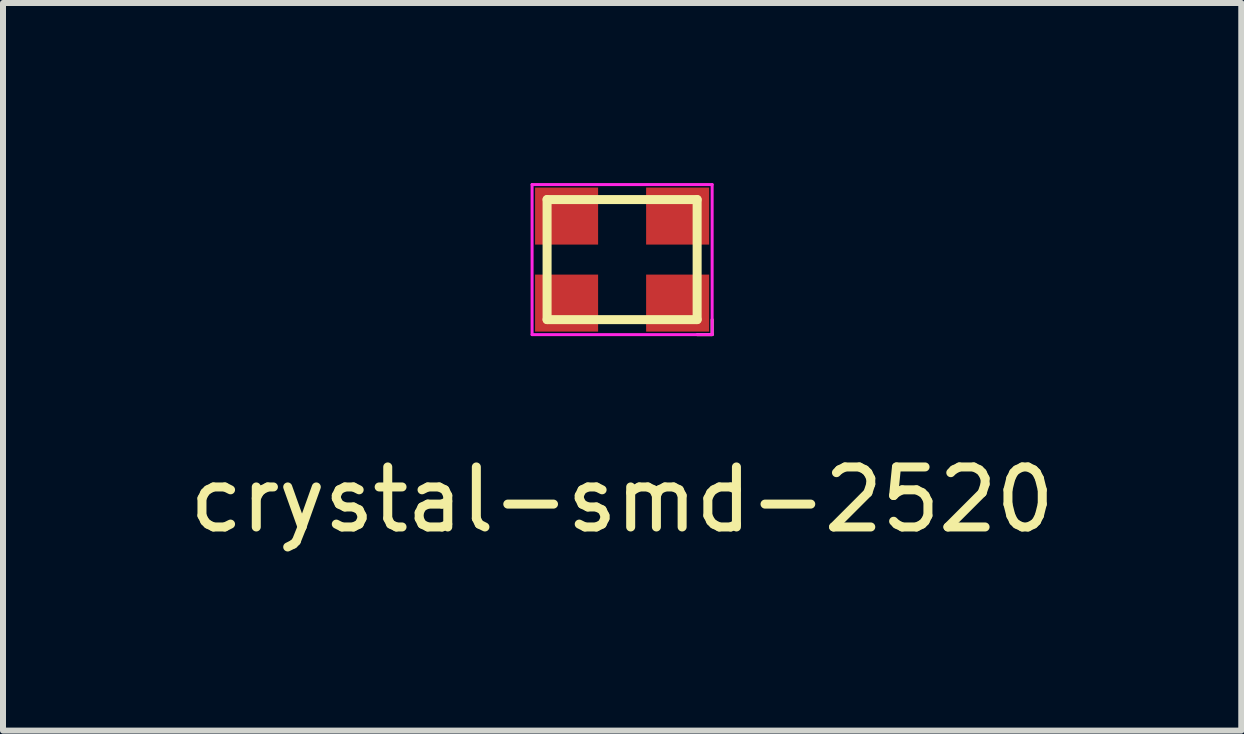
<source format=kicad_pcb>
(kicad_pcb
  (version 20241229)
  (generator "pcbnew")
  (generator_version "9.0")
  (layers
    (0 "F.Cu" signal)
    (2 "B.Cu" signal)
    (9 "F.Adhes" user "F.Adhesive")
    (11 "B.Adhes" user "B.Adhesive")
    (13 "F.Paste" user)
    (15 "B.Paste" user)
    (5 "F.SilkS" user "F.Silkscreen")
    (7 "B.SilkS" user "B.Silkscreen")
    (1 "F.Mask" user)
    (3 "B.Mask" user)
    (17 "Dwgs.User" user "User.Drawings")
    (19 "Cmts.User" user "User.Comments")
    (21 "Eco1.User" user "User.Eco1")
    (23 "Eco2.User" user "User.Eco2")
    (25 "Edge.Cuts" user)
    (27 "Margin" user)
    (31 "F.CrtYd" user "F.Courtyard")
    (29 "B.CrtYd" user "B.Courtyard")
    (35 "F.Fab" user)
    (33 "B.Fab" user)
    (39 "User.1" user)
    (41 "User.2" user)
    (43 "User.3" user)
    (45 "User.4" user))
  (footprint "crystal-smd-2520"
    (layer "F.Cu")
    (at 7.315 1.275)
    (property "Reference" "crystal-smd-2520" (at 0 4 0) (layer "F.SilkS") (effects (font (size 1 1) (thickness 0.15))))
    (attr through_hole)
    (fp_line (start -1.25 -1) (end -1.25 1) (stroke (width 0.15) (type solid)) (layer "F.SilkS"))
    (fp_line (start -1.25 -1) (end 1.25 -1) (stroke (width 0.15) (type solid)) (layer "F.SilkS"))
    (fp_line (start -1.25 1) (end 1.25 1) (stroke (width 0.15) (type solid)) (layer "F.SilkS"))
    (fp_line (start 1.25 -1) (end 1.25 1) (stroke (width 0.15) (type solid)) (layer "F.SilkS"))
    (fp_line (start 1.25 1.25) (end 1.5 1.25) (stroke (width 0.05) (type solid)) (layer "F.SilkS"))
    (fp_line (start 1.5 1.25) (end 1.5 1) (stroke (width 0.05) (type solid)) (layer "F.SilkS"))
    (fp_line (start -1.5 -1.25) (end 1.5 -1.25) (stroke (width 0.05) (type solid)) (layer "F.CrtYd"))
    (fp_line (start -1.5 1.25) (end -1.5 -1.25) (stroke (width 0.05) (type solid)) (layer "F.CrtYd"))
    (fp_line (start 1.5 -1.25) (end 1.5 1.25) (stroke (width 0.05) (type solid)) (layer "F.CrtYd"))
    (fp_line (start 1.5 1.25) (end -1.5 1.25) (stroke (width 0.05) (type solid)) (layer "F.CrtYd"))
    (pad "1" smd rect (at 0.925 0.725) (size 1.05 0.95) (layers "F.Cu" "F.Mask" "F.Paste"))
    (pad "2" smd rect (at -0.925 0.725) (size 1.05 0.95) (layers "F.Cu" "F.Mask" "F.Paste"))
    (pad "3" smd rect (at 0.925 -0.725) (size 1.05 0.95) (layers "F.Cu" "F.Mask" "F.Paste"))
    (pad "4" smd rect (at -0.925 -0.725) (size 1.05 0.95) (layers "F.Cu" "F.Mask" "F.Paste")))
  (gr_rect
    (start -3 -3)
    (end 17.631 9.123)
    (stroke (width 0.1) (type default))
    (fill no)
    (layer "Edge.Cuts")))
</source>
